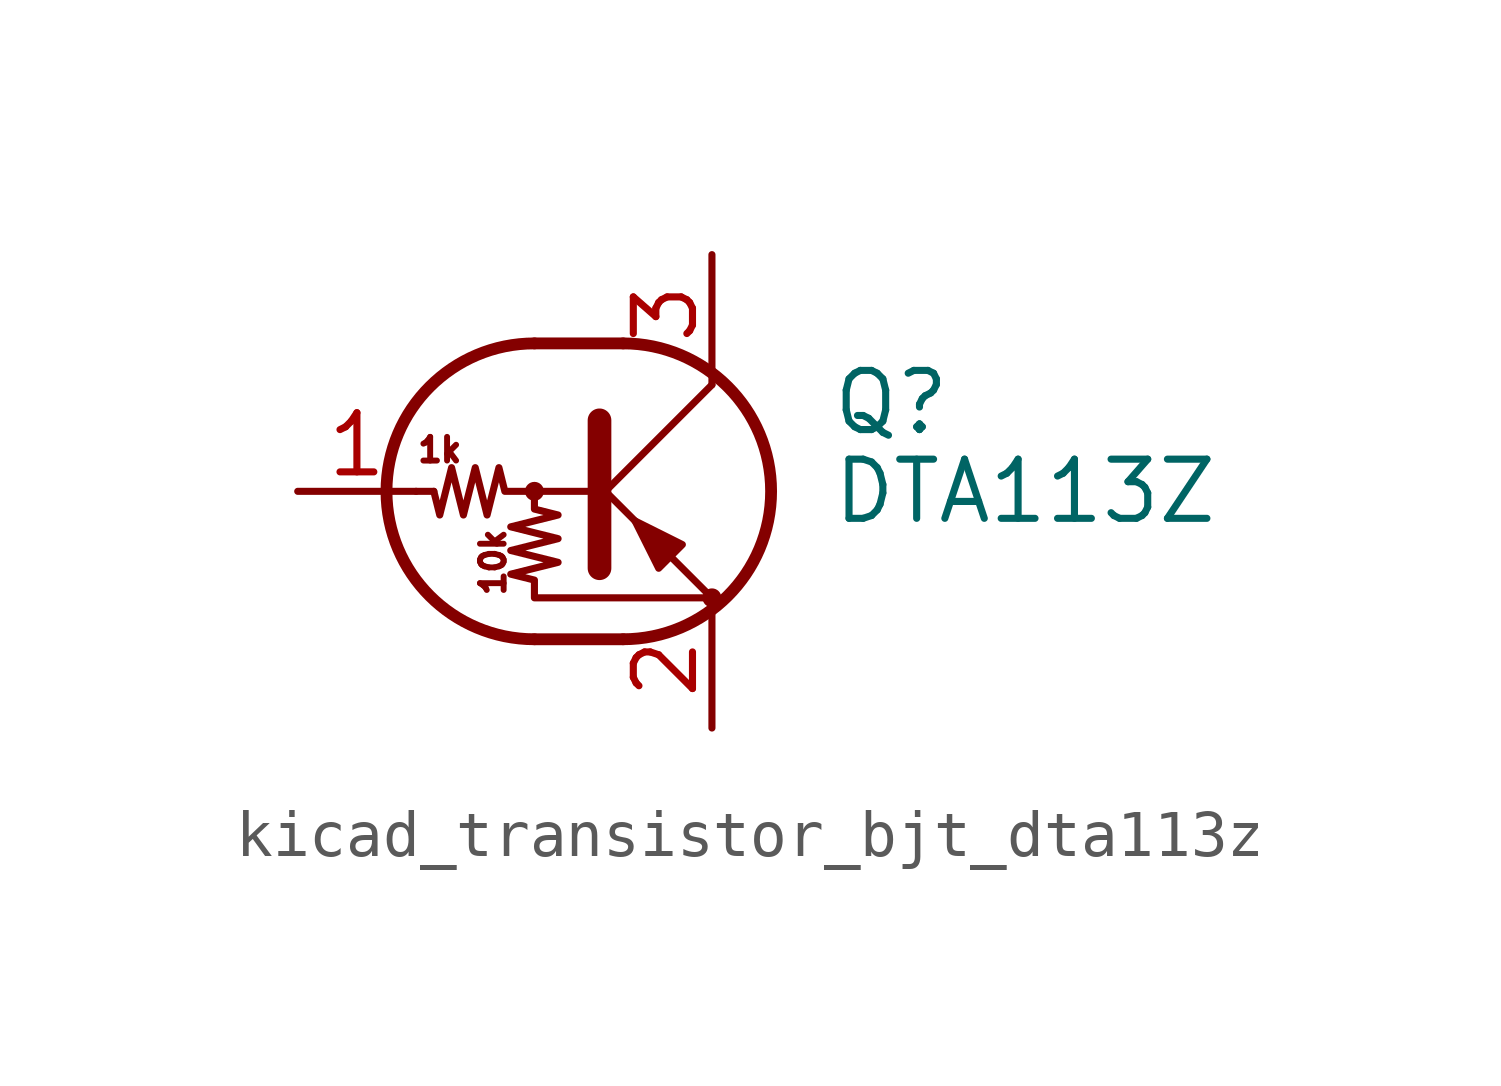
<source format=kicad_sym>
(kicad_symbol_lib
  (version 20220914)
  (generator kicad_symbol_editor)
  (symbol "kicad_transistor_bjt_dta113z"
    (pin_names
      (offset 0) hide)
    (property "Reference" "Q"
      (at 5.08 1.905 0)
      (effects (font (size 1.27 1.27)) (justify left)))
    (property "Value" "DTA113Z"
      (at 5.08 0 0)
      (effects (font (size 1.27 1.27)) (justify left)))
    (symbol "kicad_transistor_bjt_dta113z_0_0"
      (text "10k" (at -2.159 -1.524 900) (effects (font (size 0.508 0.508))))
      (text "1k" (at -3.302 0.889 0) (effects (font (size 0.508 0.508)))))
    (symbol "kicad_transistor_bjt_dta113z_0_1"
      (circle (center -1.27 0) (radius 0.127) (stroke (width 0) (type default)) (fill (type none)))
      (arc (start -1.27 3.175) (mid -4.4312 0) (end -1.27 -3.175) (stroke (width 0.254) (type default)) (fill (type none)))
      (polyline (pts (xy -3.429 0) (xy -3.81 0)) (stroke (width 0) (type default)) (fill (type none)))
      (polyline (pts (xy -1.27 -3.175) (xy 0.635 -3.175)) (stroke (width 0.254) (type default)) (fill (type none)))
      (polyline (pts (xy -1.27 3.175) (xy 0.635 3.175)) (stroke (width 0.254) (type default)) (fill (type none)))
      (polyline (pts (xy 0 -0.254) (xy 2.54 2.286)) (stroke (width 0) (type default)) (fill (type none)))
      (polyline (pts (xy 0.127 1.524) (xy 0.127 -1.651)) (stroke (width 0.508) (type default)) (fill (type outline)))
      (polyline (pts (xy 2.54 2.286) (xy 2.54 2.54)) (stroke (width 0) (type default)) (fill (type none)))
      (polyline (pts (xy 2.54 -2.286) (xy 0 0.254) (xy 0 0.254)) (stroke (width 0) (type default)) (fill (type none)))
      (polyline (pts (xy 1.397 -1.651) (xy 1.905 -1.143) (xy 0.889 -0.635) (xy 1.397 -1.651)) (stroke (width 0) (type default)) (fill (type outline)))
      (polyline (pts (xy 0 0) (xy -1.905 0) (xy -2.032 0.508) (xy -2.286 -0.508) (xy -2.54 0.508) (xy -2.794 -0.508) (xy -3.048 0.508) (xy -3.302 -0.508) (xy -3.429 0)) (stroke (width 0) (type default)) (fill (type none)))
      (polyline (pts (xy -1.27 0) (xy -1.27 -0.381) (xy -0.762 -0.508) (xy -1.778 -0.762) (xy -0.762 -1.016) (xy -1.778 -1.27) (xy -0.762 -1.524) (xy -1.778 -1.778) (xy -1.27 -1.905) (xy -1.27 -2.286) (xy 2.54 -2.286)) (stroke (width 0) (type default)) (fill (type none)))
      (arc (start 0.635 -3.175) (mid 3.7962 0) (end 0.635 3.175) (stroke (width 0.254) (type default)) (fill (type none)))
      (circle (center 2.54 -2.286) (radius 0.127) (stroke (width 0) (type default)) (fill (type none))))
    (symbol "kicad_transistor_bjt_dta113z_1_1"
      (pin input line (at -6.35 0 0) (length 2.54) (name "B" (effects (font (size 1.27 1.27)))) (number "1" (effects (font (size 1.27 1.27)))))
      (pin passive line (at 2.54 -5.08 90) (length 2.54) (name "E" (effects (font (size 1.27 1.27)))) (number "2" (effects (font (size 1.27 1.27)))))
      (pin passive line (at 2.54 5.08 270) (length 2.54) (name "C" (effects (font (size 1.27 1.27)))) (number "3" (effects (font (size 1.27 1.27))))))))
</source>
